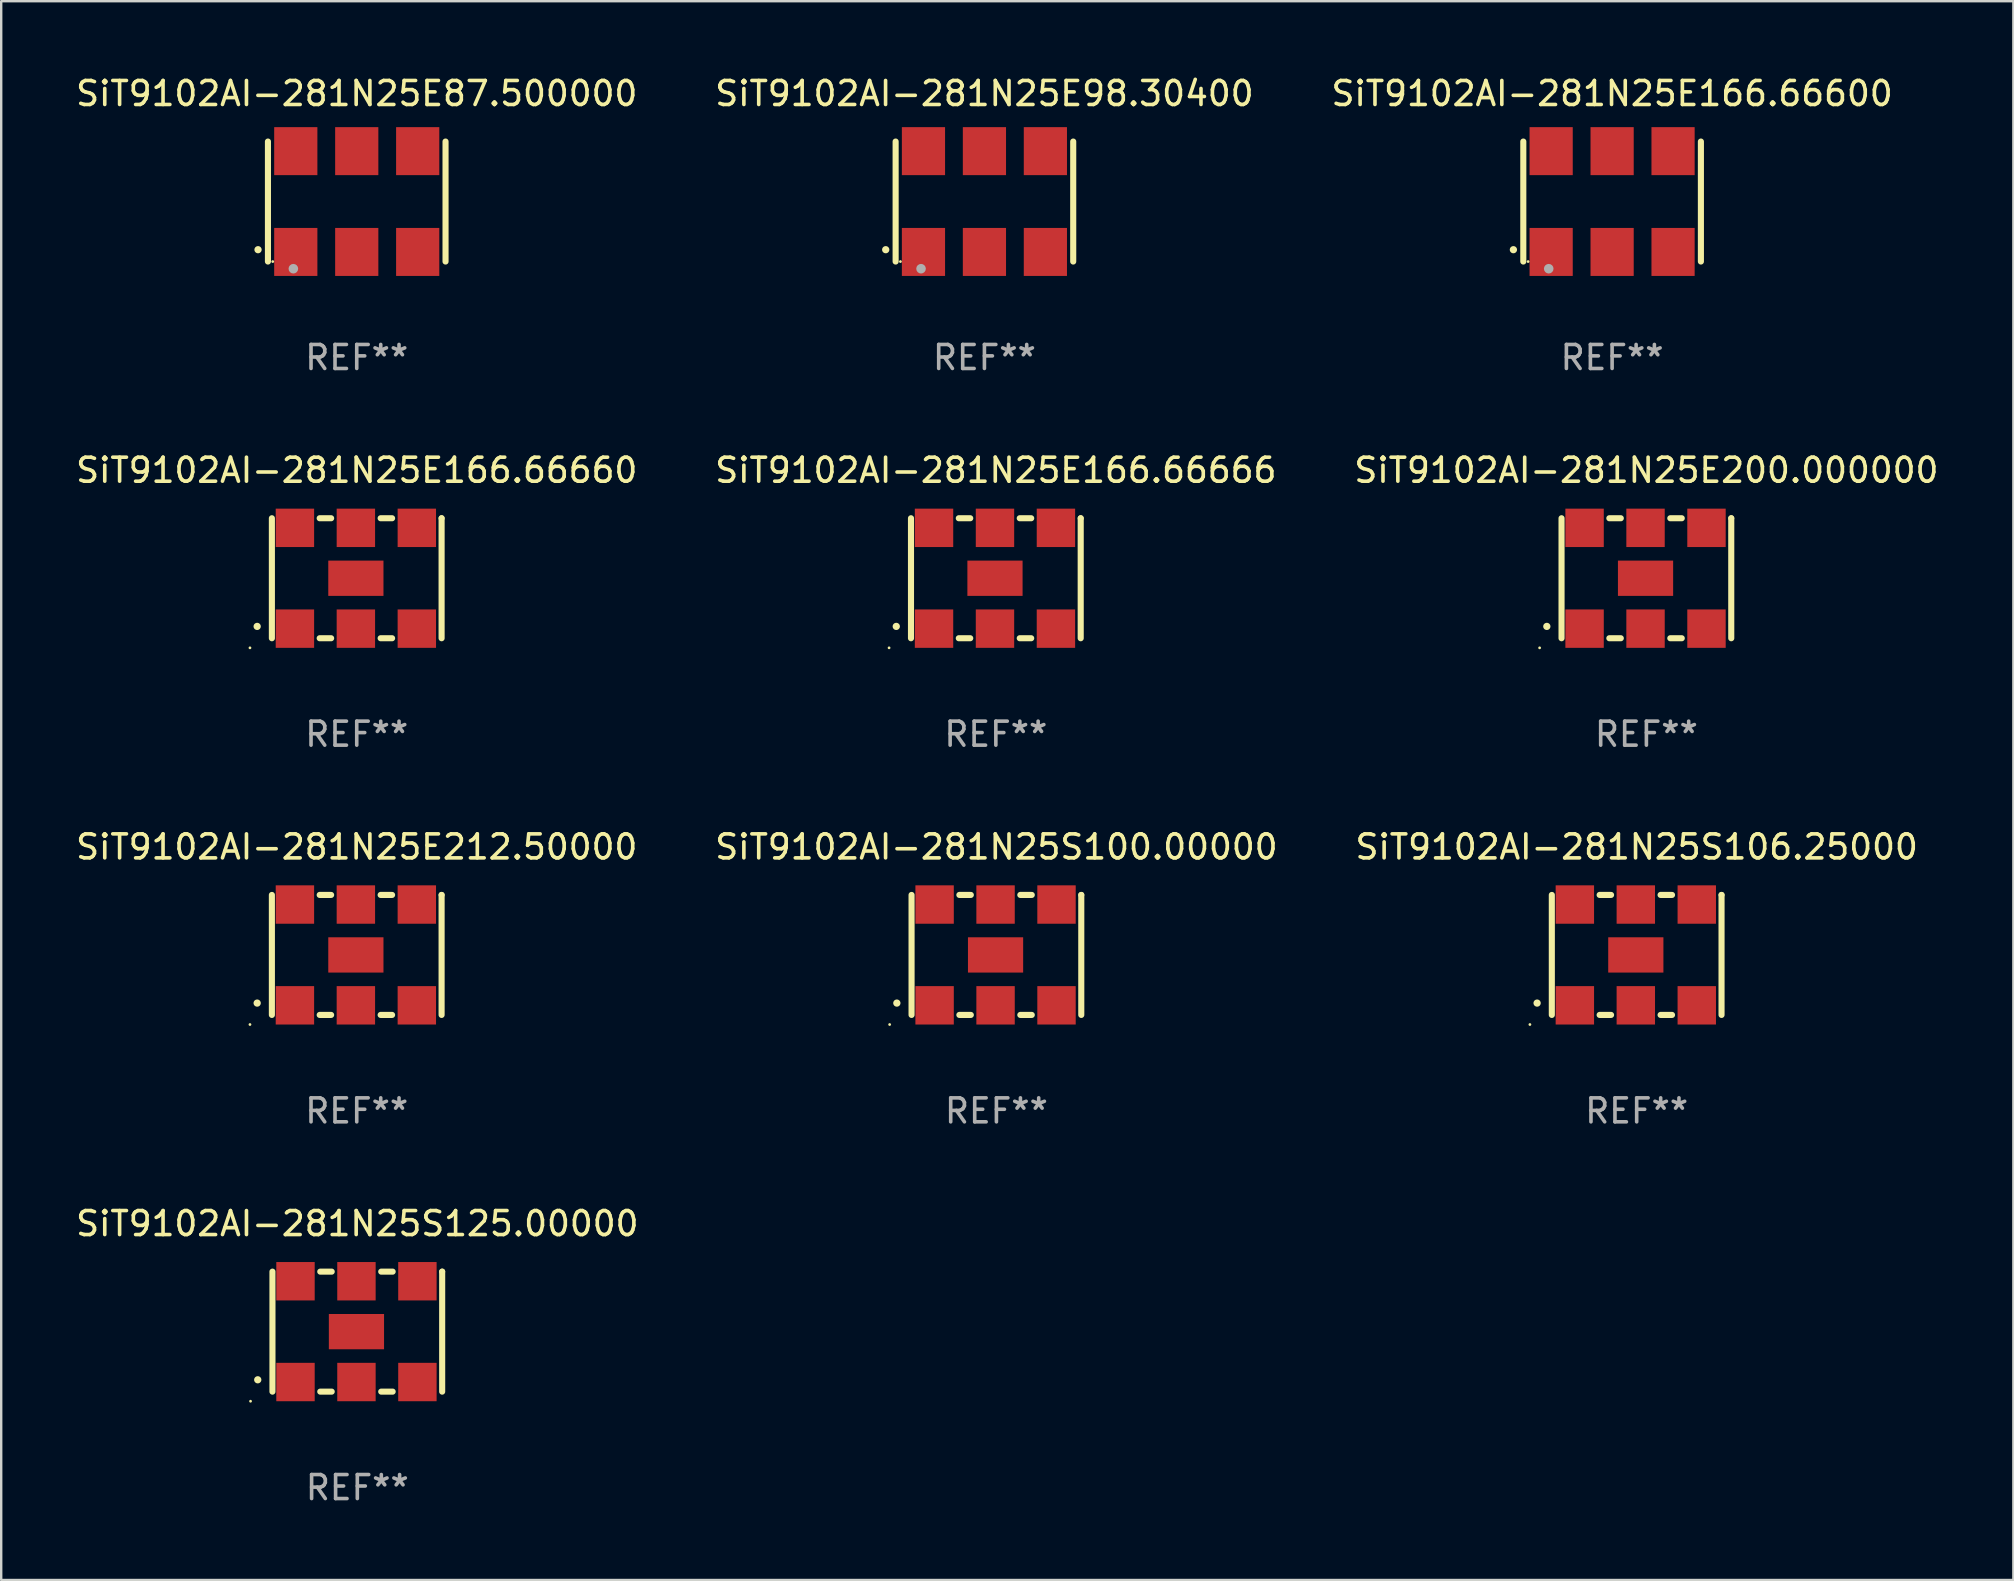
<source format=kicad_pcb>
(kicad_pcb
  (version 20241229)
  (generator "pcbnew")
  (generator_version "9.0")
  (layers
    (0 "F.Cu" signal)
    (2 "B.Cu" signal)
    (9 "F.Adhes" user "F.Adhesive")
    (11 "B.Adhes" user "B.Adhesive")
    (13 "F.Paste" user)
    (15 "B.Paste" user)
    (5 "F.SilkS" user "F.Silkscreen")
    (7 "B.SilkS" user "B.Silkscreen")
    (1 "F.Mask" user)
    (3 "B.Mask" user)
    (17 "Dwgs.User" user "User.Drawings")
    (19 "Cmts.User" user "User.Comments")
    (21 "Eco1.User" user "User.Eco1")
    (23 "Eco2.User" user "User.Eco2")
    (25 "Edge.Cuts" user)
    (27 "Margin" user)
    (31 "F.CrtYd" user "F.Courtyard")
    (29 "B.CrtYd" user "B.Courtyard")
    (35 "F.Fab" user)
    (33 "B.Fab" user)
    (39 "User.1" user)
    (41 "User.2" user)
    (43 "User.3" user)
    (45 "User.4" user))
  (footprint "SiT9102AI-281N25S125.00000"
    (layer "F.Cu")
    (at 11.839 52.438)
    (property "Reference" "SiT9102AI-281N25S125.00000" (at 0 -4.5 0) (layer "F.SilkS") (effects (font (size 1 1) (thickness 0.15))))
    (attr through_hole)
    (fp_line (start -3.536 -2.5) (end -3.536 2.5) (stroke (width 0.254) (type solid)) (layer "F.SilkS"))
    (fp_line (start -1.544 2.5) (end -1.067 2.5) (stroke (width 0.254) (type solid)) (layer "F.SilkS"))
    (fp_line (start -1.067 -2.5) (end -1.544 -2.5) (stroke (width 0.254) (type solid)) (layer "F.SilkS"))
    (fp_line (start 0.996 2.5) (end 1.473 2.5) (stroke (width 0.254) (type solid)) (layer "F.SilkS"))
    (fp_line (start 1.473 -2.5) (end 0.996 -2.5) (stroke (width 0.254) (type solid)) (layer "F.SilkS"))
    (fp_line (start 3.536 -2.5) (end 3.536 -2.5) (stroke (width 0.254) (type solid)) (layer "F.SilkS"))
    (fp_line (start 3.536 2.5) (end 3.536 -2.5) (stroke (width 0.254) (type solid)) (layer "F.SilkS"))
    (fp_arc (start -4.150432 2.006604) (mid -4.149162 2.006599) (end -4.147892 2.006604) (stroke (width 0.3) (type solid)) (layer "F.SilkS"))
    (fp_circle (center -4.449 2.9) (end -4.419 2.9) (stroke (width 0.06) (type solid)) (fill no) (layer "F.SilkS"))
    (fp_text user "REF**" (at 0 6.5 0) (layer "F.Fab") (effects (font (size 1 1) (thickness 0.15))))
    (pad "1" smd rect (at -2.576 2.1) (size 1.6 1.6) (layers "F.Cu" "F.Mask" "F.Paste"))
    (pad "2" smd rect (at -0.036 2.1) (size 1.6 1.6) (layers "F.Cu" "F.Mask" "F.Paste"))
    (pad "3" smd rect (at 2.504 2.1) (size 1.6 1.6) (layers "F.Cu" "F.Mask" "F.Paste"))
    (pad "4" smd rect (at 2.504 -2.1) (size 1.6 1.6) (layers "F.Cu" "F.Mask" "F.Paste"))
    (pad "5" smd rect (at -0.036 -2.1) (size 1.6 1.6) (layers "F.Cu" "F.Mask" "F.Paste"))
    (pad "6" smd rect (at -2.576 -2.1) (size 1.6 1.6) (layers "F.Cu" "F.Mask" "F.Paste"))
    (pad "7" smd rect (at -0.036 0) (size 2.3 1.47) (layers "F.Cu" "F.Mask" "F.Paste")))
  (footprint "SiT9102AI-281N25E98.30400"
    (layer "F.Cu")
    (at 37.97 5.348)
    (property "Reference" "SiT9102AI-281N25E98.30400" (at 0 -4.5 0) (layer "F.SilkS") (effects (font (size 1 1) (thickness 0.15))))
    (attr through_hole)
    (fp_line (start -3.7 -2.5) (end -3.7 2.5) (stroke (width 0.254) (type solid)) (layer "F.SilkS"))
    (fp_line (start 3.7 -2.5) (end 3.7 2.5) (stroke (width 0.254) (type solid)) (layer "F.SilkS"))
    (fp_arc (start -4.114415 2.006604) (mid -4.113145 2.006599) (end -4.111875 2.006604) (stroke (width 0.3) (type solid)) (layer "F.SilkS"))
    (fp_circle (center -3.5 2.501) (end -3.47 2.501) (stroke (width 0.06) (type solid)) (fill no) (layer "F.SilkS"))
    (fp_circle (center -2.641 2.799) (end -2.541 2.799) (stroke (width 0.2) (type solid)) (fill no) (layer "F.Fab"))
    (fp_text user "REF**" (at 0 6.5 0) (layer "F.Fab") (effects (font (size 1 1) (thickness 0.15))))
    (pad "1" smd rect (at -2.54 2.1) (size 1.8 2) (layers "F.Cu" "F.Mask" "F.Paste"))
    (pad "2" smd rect (at 0.000394 2.1) (size 1.8 2) (layers "F.Cu" "F.Mask" "F.Paste"))
    (pad "3" smd rect (at 2.54 2.1) (size 1.8 2) (layers "F.Cu" "F.Mask" "F.Paste"))
    (pad "4" smd rect (at 2.54 -2.1) (size 1.8 2) (layers "F.Cu" "F.Mask" "F.Paste"))
    (pad "5" smd rect (at 0.000394 -2.1) (size 1.8 2) (layers "F.Cu" "F.Mask" "F.Paste"))
    (pad "6" smd rect (at -2.54 -2.1) (size 1.8 2) (layers "F.Cu" "F.Mask" "F.Paste")))
  (footprint "SiT9102AI-281N25E166.66600"
    (layer "F.Cu")
    (at 64.125 5.348)
    (property "Reference" "SiT9102AI-281N25E166.66600" (at 0 -4.5 0) (layer "F.SilkS") (effects (font (size 1 1) (thickness 0.15))))
    (attr through_hole)
    (fp_line (start -3.7 -2.5) (end -3.7 2.5) (stroke (width 0.254) (type solid)) (layer "F.SilkS"))
    (fp_line (start 3.7 -2.5) (end 3.7 2.5) (stroke (width 0.254) (type solid)) (layer "F.SilkS"))
    (fp_arc (start -4.114415 2.006604) (mid -4.113145 2.006599) (end -4.111875 2.006604) (stroke (width 0.3) (type solid)) (layer "F.SilkS"))
    (fp_circle (center -3.5 2.501) (end -3.47 2.501) (stroke (width 0.06) (type solid)) (fill no) (layer "F.SilkS"))
    (fp_circle (center -2.641 2.799) (end -2.541 2.799) (stroke (width 0.2) (type solid)) (fill no) (layer "F.Fab"))
    (fp_text user "REF**" (at 0 6.5 0) (layer "F.Fab") (effects (font (size 1 1) (thickness 0.15))))
    (pad "1" smd rect (at -2.54 2.1) (size 1.8 2) (layers "F.Cu" "F.Mask" "F.Paste"))
    (pad "2" smd rect (at 0.000394 2.1) (size 1.8 2) (layers "F.Cu" "F.Mask" "F.Paste"))
    (pad "3" smd rect (at 2.54 2.1) (size 1.8 2) (layers "F.Cu" "F.Mask" "F.Paste"))
    (pad "4" smd rect (at 2.54 -2.1) (size 1.8 2) (layers "F.Cu" "F.Mask" "F.Paste"))
    (pad "5" smd rect (at 0.000394 -2.1) (size 1.8 2) (layers "F.Cu" "F.Mask" "F.Paste"))
    (pad "6" smd rect (at -2.54 -2.1) (size 1.8 2) (layers "F.Cu" "F.Mask" "F.Paste")))
  (footprint "SiT9102AI-281N25E200.000000"
    (layer "F.Cu")
    (at 65.554 21.045)
    (property "Reference" "SiT9102AI-281N25E200.000000" (at 0 -4.5 0) (layer "F.SilkS") (effects (font (size 1 1) (thickness 0.15))))
    (attr through_hole)
    (fp_line (start -3.536 -2.5) (end -3.536 2.5) (stroke (width 0.254) (type solid)) (layer "F.SilkS"))
    (fp_line (start -1.544 2.5) (end -1.067 2.5) (stroke (width 0.254) (type solid)) (layer "F.SilkS"))
    (fp_line (start -1.067 -2.5) (end -1.544 -2.5) (stroke (width 0.254) (type solid)) (layer "F.SilkS"))
    (fp_line (start 0.996 2.5) (end 1.473 2.5) (stroke (width 0.254) (type solid)) (layer "F.SilkS"))
    (fp_line (start 1.473 -2.5) (end 0.996 -2.5) (stroke (width 0.254) (type solid)) (layer "F.SilkS"))
    (fp_line (start 3.536 -2.5) (end 3.536 -2.5) (stroke (width 0.254) (type solid)) (layer "F.SilkS"))
    (fp_line (start 3.536 2.5) (end 3.536 -2.5) (stroke (width 0.254) (type solid)) (layer "F.SilkS"))
    (fp_arc (start -4.150432 2.006604) (mid -4.149162 2.006599) (end -4.147892 2.006604) (stroke (width 0.3) (type solid)) (layer "F.SilkS"))
    (fp_circle (center -4.449 2.9) (end -4.419 2.9) (stroke (width 0.06) (type solid)) (fill no) (layer "F.SilkS"))
    (fp_text user "REF**" (at 0 6.5 0) (layer "F.Fab") (effects (font (size 1 1) (thickness 0.15))))
    (pad "1" smd rect (at -2.576 2.1) (size 1.6 1.6) (layers "F.Cu" "F.Mask" "F.Paste"))
    (pad "2" smd rect (at -0.036 2.1) (size 1.6 1.6) (layers "F.Cu" "F.Mask" "F.Paste"))
    (pad "3" smd rect (at 2.504 2.1) (size 1.6 1.6) (layers "F.Cu" "F.Mask" "F.Paste"))
    (pad "4" smd rect (at 2.504 -2.1) (size 1.6 1.6) (layers "F.Cu" "F.Mask" "F.Paste"))
    (pad "5" smd rect (at -0.036 -2.1) (size 1.6 1.6) (layers "F.Cu" "F.Mask" "F.Paste"))
    (pad "6" smd rect (at -2.576 -2.1) (size 1.6 1.6) (layers "F.Cu" "F.Mask" "F.Paste"))
    (pad "7" smd rect (at -0.036 0) (size 2.3 1.47) (layers "F.Cu" "F.Mask" "F.Paste")))
  (footprint "SiT9102AI-281N25E87.500000"
    (layer "F.Cu")
    (at 11.815 5.348)
    (property "Reference" "SiT9102AI-281N25E87.500000" (at 0 -4.5 0) (layer "F.SilkS") (effects (font (size 1 1) (thickness 0.15))))
    (attr through_hole)
    (fp_line (start -3.7 -2.5) (end -3.7 2.5) (stroke (width 0.254) (type solid)) (layer "F.SilkS"))
    (fp_line (start 3.7 -2.5) (end 3.7 2.5) (stroke (width 0.254) (type solid)) (layer "F.SilkS"))
    (fp_arc (start -4.114415 2.006604) (mid -4.113145 2.006599) (end -4.111875 2.006604) (stroke (width 0.3) (type solid)) (layer "F.SilkS"))
    (fp_circle (center -3.5 2.501) (end -3.47 2.501) (stroke (width 0.06) (type solid)) (fill no) (layer "F.SilkS"))
    (fp_circle (center -2.641 2.799) (end -2.541 2.799) (stroke (width 0.2) (type solid)) (fill no) (layer "F.Fab"))
    (fp_text user "REF**" (at 0 6.5 0) (layer "F.Fab") (effects (font (size 1 1) (thickness 0.15))))
    (pad "1" smd rect (at -2.54 2.1) (size 1.8 2) (layers "F.Cu" "F.Mask" "F.Paste"))
    (pad "2" smd rect (at 0.000394 2.1) (size 1.8 2) (layers "F.Cu" "F.Mask" "F.Paste"))
    (pad "3" smd rect (at 2.54 2.1) (size 1.8 2) (layers "F.Cu" "F.Mask" "F.Paste"))
    (pad "4" smd rect (at 2.54 -2.1) (size 1.8 2) (layers "F.Cu" "F.Mask" "F.Paste"))
    (pad "5" smd rect (at 0.000394 -2.1) (size 1.8 2) (layers "F.Cu" "F.Mask" "F.Paste"))
    (pad "6" smd rect (at -2.54 -2.1) (size 1.8 2) (layers "F.Cu" "F.Mask" "F.Paste")))
  (footprint "SiT9102AI-281N25S106.25000"
    (layer "F.Cu")
    (at 65.149 36.741)
    (property "Reference" "SiT9102AI-281N25S106.25000" (at 0 -4.5 0) (layer "F.SilkS") (effects (font (size 1 1) (thickness 0.15))))
    (attr through_hole)
    (fp_line (start -3.536 -2.5) (end -3.536 2.5) (stroke (width 0.254) (type solid)) (layer "F.SilkS"))
    (fp_line (start -1.544 2.5) (end -1.067 2.5) (stroke (width 0.254) (type solid)) (layer "F.SilkS"))
    (fp_line (start -1.067 -2.5) (end -1.544 -2.5) (stroke (width 0.254) (type solid)) (layer "F.SilkS"))
    (fp_line (start 0.996 2.5) (end 1.473 2.5) (stroke (width 0.254) (type solid)) (layer "F.SilkS"))
    (fp_line (start 1.473 -2.5) (end 0.996 -2.5) (stroke (width 0.254) (type solid)) (layer "F.SilkS"))
    (fp_line (start 3.536 -2.5) (end 3.536 -2.5) (stroke (width 0.254) (type solid)) (layer "F.SilkS"))
    (fp_line (start 3.536 2.5) (end 3.536 -2.5) (stroke (width 0.254) (type solid)) (layer "F.SilkS"))
    (fp_arc (start -4.150432 2.006604) (mid -4.149162 2.006599) (end -4.147892 2.006604) (stroke (width 0.3) (type solid)) (layer "F.SilkS"))
    (fp_circle (center -4.449 2.9) (end -4.419 2.9) (stroke (width 0.06) (type solid)) (fill no) (layer "F.SilkS"))
    (fp_text user "REF**" (at 0 6.5 0) (layer "F.Fab") (effects (font (size 1 1) (thickness 0.15))))
    (pad "1" smd rect (at -2.576 2.1) (size 1.6 1.6) (layers "F.Cu" "F.Mask" "F.Paste"))
    (pad "2" smd rect (at -0.036 2.1) (size 1.6 1.6) (layers "F.Cu" "F.Mask" "F.Paste"))
    (pad "3" smd rect (at 2.504 2.1) (size 1.6 1.6) (layers "F.Cu" "F.Mask" "F.Paste"))
    (pad "4" smd rect (at 2.504 -2.1) (size 1.6 1.6) (layers "F.Cu" "F.Mask" "F.Paste"))
    (pad "5" smd rect (at -0.036 -2.1) (size 1.6 1.6) (layers "F.Cu" "F.Mask" "F.Paste"))
    (pad "6" smd rect (at -2.576 -2.1) (size 1.6 1.6) (layers "F.Cu" "F.Mask" "F.Paste"))
    (pad "7" smd rect (at -0.036 0) (size 2.3 1.47) (layers "F.Cu" "F.Mask" "F.Paste")))
  (footprint "SiT9102AI-281N25S100.00000"
    (layer "F.Cu")
    (at 38.47 36.741)
    (property "Reference" "SiT9102AI-281N25S100.00000" (at 0 -4.5 0) (layer "F.SilkS") (effects (font (size 1 1) (thickness 0.15))))
    (attr through_hole)
    (fp_line (start -3.536 -2.5) (end -3.536 2.5) (stroke (width 0.254) (type solid)) (layer "F.SilkS"))
    (fp_line (start -1.544 2.5) (end -1.067 2.5) (stroke (width 0.254) (type solid)) (layer "F.SilkS"))
    (fp_line (start -1.067 -2.5) (end -1.544 -2.5) (stroke (width 0.254) (type solid)) (layer "F.SilkS"))
    (fp_line (start 0.996 2.5) (end 1.473 2.5) (stroke (width 0.254) (type solid)) (layer "F.SilkS"))
    (fp_line (start 1.473 -2.5) (end 0.996 -2.5) (stroke (width 0.254) (type solid)) (layer "F.SilkS"))
    (fp_line (start 3.536 -2.5) (end 3.536 -2.5) (stroke (width 0.254) (type solid)) (layer "F.SilkS"))
    (fp_line (start 3.536 2.5) (end 3.536 -2.5) (stroke (width 0.254) (type solid)) (layer "F.SilkS"))
    (fp_arc (start -4.150432 2.006604) (mid -4.149162 2.006599) (end -4.147892 2.006604) (stroke (width 0.3) (type solid)) (layer "F.SilkS"))
    (fp_circle (center -4.449 2.9) (end -4.419 2.9) (stroke (width 0.06) (type solid)) (fill no) (layer "F.SilkS"))
    (fp_text user "REF**" (at 0 6.5 0) (layer "F.Fab") (effects (font (size 1 1) (thickness 0.15))))
    (pad "1" smd rect (at -2.576 2.1) (size 1.6 1.6) (layers "F.Cu" "F.Mask" "F.Paste"))
    (pad "2" smd rect (at -0.036 2.1) (size 1.6 1.6) (layers "F.Cu" "F.Mask" "F.Paste"))
    (pad "3" smd rect (at 2.504 2.1) (size 1.6 1.6) (layers "F.Cu" "F.Mask" "F.Paste"))
    (pad "4" smd rect (at 2.504 -2.1) (size 1.6 1.6) (layers "F.Cu" "F.Mask" "F.Paste"))
    (pad "5" smd rect (at -0.036 -2.1) (size 1.6 1.6) (layers "F.Cu" "F.Mask" "F.Paste"))
    (pad "6" smd rect (at -2.576 -2.1) (size 1.6 1.6) (layers "F.Cu" "F.Mask" "F.Paste"))
    (pad "7" smd rect (at -0.036 0) (size 2.3 1.47) (layers "F.Cu" "F.Mask" "F.Paste")))
  (footprint "SiT9102AI-281N25E166.66660"
    (layer "F.Cu")
    (at 11.815 21.045)
    (property "Reference" "SiT9102AI-281N25E166.66660" (at 0 -4.5 0) (layer "F.SilkS") (effects (font (size 1 1) (thickness 0.15))))
    (attr through_hole)
    (fp_line (start -3.536 -2.5) (end -3.536 2.5) (stroke (width 0.254) (type solid)) (layer "F.SilkS"))
    (fp_line (start -1.544 2.5) (end -1.067 2.5) (stroke (width 0.254) (type solid)) (layer "F.SilkS"))
    (fp_line (start -1.067 -2.5) (end -1.544 -2.5) (stroke (width 0.254) (type solid)) (layer "F.SilkS"))
    (fp_line (start 0.996 2.5) (end 1.473 2.5) (stroke (width 0.254) (type solid)) (layer "F.SilkS"))
    (fp_line (start 1.473 -2.5) (end 0.996 -2.5) (stroke (width 0.254) (type solid)) (layer "F.SilkS"))
    (fp_line (start 3.536 -2.5) (end 3.536 -2.5) (stroke (width 0.254) (type solid)) (layer "F.SilkS"))
    (fp_line (start 3.536 2.5) (end 3.536 -2.5) (stroke (width 0.254) (type solid)) (layer "F.SilkS"))
    (fp_arc (start -4.150432 2.006604) (mid -4.149162 2.006599) (end -4.147892 2.006604) (stroke (width 0.3) (type solid)) (layer "F.SilkS"))
    (fp_circle (center -4.449 2.9) (end -4.419 2.9) (stroke (width 0.06) (type solid)) (fill no) (layer "F.SilkS"))
    (fp_text user "REF**" (at 0 6.5 0) (layer "F.Fab") (effects (font (size 1 1) (thickness 0.15))))
    (pad "1" smd rect (at -2.576 2.1) (size 1.6 1.6) (layers "F.Cu" "F.Mask" "F.Paste"))
    (pad "2" smd rect (at -0.036 2.1) (size 1.6 1.6) (layers "F.Cu" "F.Mask" "F.Paste"))
    (pad "3" smd rect (at 2.504 2.1) (size 1.6 1.6) (layers "F.Cu" "F.Mask" "F.Paste"))
    (pad "4" smd rect (at 2.504 -2.1) (size 1.6 1.6) (layers "F.Cu" "F.Mask" "F.Paste"))
    (pad "5" smd rect (at -0.036 -2.1) (size 1.6 1.6) (layers "F.Cu" "F.Mask" "F.Paste"))
    (pad "6" smd rect (at -2.576 -2.1) (size 1.6 1.6) (layers "F.Cu" "F.Mask" "F.Paste"))
    (pad "7" smd rect (at -0.036 0) (size 2.3 1.47) (layers "F.Cu" "F.Mask" "F.Paste")))
  (footprint "SiT9102AI-281N25E212.50000"
    (layer "F.Cu")
    (at 11.815 36.741)
    (property "Reference" "SiT9102AI-281N25E212.50000" (at 0 -4.5 0) (layer "F.SilkS") (effects (font (size 1 1) (thickness 0.15))))
    (attr through_hole)
    (fp_line (start -3.536 -2.5) (end -3.536 2.5) (stroke (width 0.254) (type solid)) (layer "F.SilkS"))
    (fp_line (start -1.544 2.5) (end -1.067 2.5) (stroke (width 0.254) (type solid)) (layer "F.SilkS"))
    (fp_line (start -1.067 -2.5) (end -1.544 -2.5) (stroke (width 0.254) (type solid)) (layer "F.SilkS"))
    (fp_line (start 0.996 2.5) (end 1.473 2.5) (stroke (width 0.254) (type solid)) (layer "F.SilkS"))
    (fp_line (start 1.473 -2.5) (end 0.996 -2.5) (stroke (width 0.254) (type solid)) (layer "F.SilkS"))
    (fp_line (start 3.536 -2.5) (end 3.536 -2.5) (stroke (width 0.254) (type solid)) (layer "F.SilkS"))
    (fp_line (start 3.536 2.5) (end 3.536 -2.5) (stroke (width 0.254) (type solid)) (layer "F.SilkS"))
    (fp_arc (start -4.150432 2.006604) (mid -4.149162 2.006599) (end -4.147892 2.006604) (stroke (width 0.3) (type solid)) (layer "F.SilkS"))
    (fp_circle (center -4.449 2.9) (end -4.419 2.9) (stroke (width 0.06) (type solid)) (fill no) (layer "F.SilkS"))
    (fp_text user "REF**" (at 0 6.5 0) (layer "F.Fab") (effects (font (size 1 1) (thickness 0.15))))
    (pad "1" smd rect (at -2.576 2.1) (size 1.6 1.6) (layers "F.Cu" "F.Mask" "F.Paste"))
    (pad "2" smd rect (at -0.036 2.1) (size 1.6 1.6) (layers "F.Cu" "F.Mask" "F.Paste"))
    (pad "3" smd rect (at 2.504 2.1) (size 1.6 1.6) (layers "F.Cu" "F.Mask" "F.Paste"))
    (pad "4" smd rect (at 2.504 -2.1) (size 1.6 1.6) (layers "F.Cu" "F.Mask" "F.Paste"))
    (pad "5" smd rect (at -0.036 -2.1) (size 1.6 1.6) (layers "F.Cu" "F.Mask" "F.Paste"))
    (pad "6" smd rect (at -2.576 -2.1) (size 1.6 1.6) (layers "F.Cu" "F.Mask" "F.Paste"))
    (pad "7" smd rect (at -0.036 0) (size 2.3 1.47) (layers "F.Cu" "F.Mask" "F.Paste")))
  (footprint "SiT9102AI-281N25E166.66666"
    (layer "F.Cu")
    (at 38.446 21.045)
    (property "Reference" "SiT9102AI-281N25E166.66666" (at 0 -4.5 0) (layer "F.SilkS") (effects (font (size 1 1) (thickness 0.15))))
    (attr through_hole)
    (fp_line (start -3.536 -2.5) (end -3.536 2.5) (stroke (width 0.254) (type solid)) (layer "F.SilkS"))
    (fp_line (start -1.544 2.5) (end -1.067 2.5) (stroke (width 0.254) (type solid)) (layer "F.SilkS"))
    (fp_line (start -1.067 -2.5) (end -1.544 -2.5) (stroke (width 0.254) (type solid)) (layer "F.SilkS"))
    (fp_line (start 0.996 2.5) (end 1.473 2.5) (stroke (width 0.254) (type solid)) (layer "F.SilkS"))
    (fp_line (start 1.473 -2.5) (end 0.996 -2.5) (stroke (width 0.254) (type solid)) (layer "F.SilkS"))
    (fp_line (start 3.536 -2.5) (end 3.536 -2.5) (stroke (width 0.254) (type solid)) (layer "F.SilkS"))
    (fp_line (start 3.536 2.5) (end 3.536 -2.5) (stroke (width 0.254) (type solid)) (layer "F.SilkS"))
    (fp_arc (start -4.150432 2.006604) (mid -4.149162 2.006599) (end -4.147892 2.006604) (stroke (width 0.3) (type solid)) (layer "F.SilkS"))
    (fp_circle (center -4.449 2.9) (end -4.419 2.9) (stroke (width 0.06) (type solid)) (fill no) (layer "F.SilkS"))
    (fp_text user "REF**" (at 0 6.5 0) (layer "F.Fab") (effects (font (size 1 1) (thickness 0.15))))
    (pad "1" smd rect (at -2.576 2.1) (size 1.6 1.6) (layers "F.Cu" "F.Mask" "F.Paste"))
    (pad "2" smd rect (at -0.036 2.1) (size 1.6 1.6) (layers "F.Cu" "F.Mask" "F.Paste"))
    (pad "3" smd rect (at 2.504 2.1) (size 1.6 1.6) (layers "F.Cu" "F.Mask" "F.Paste"))
    (pad "4" smd rect (at 2.504 -2.1) (size 1.6 1.6) (layers "F.Cu" "F.Mask" "F.Paste"))
    (pad "5" smd rect (at -0.036 -2.1) (size 1.6 1.6) (layers "F.Cu" "F.Mask" "F.Paste"))
    (pad "6" smd rect (at -2.576 -2.1) (size 1.6 1.6) (layers "F.Cu" "F.Mask" "F.Paste"))
    (pad "7" smd rect (at -0.036 0) (size 2.3 1.47) (layers "F.Cu" "F.Mask" "F.Paste")))
  (gr_rect
    (start -3 -3)
    (end 80.845 62.786)
    (stroke (width 0.1) (type default))
    (fill no)
    (layer "Edge.Cuts")))
</source>
